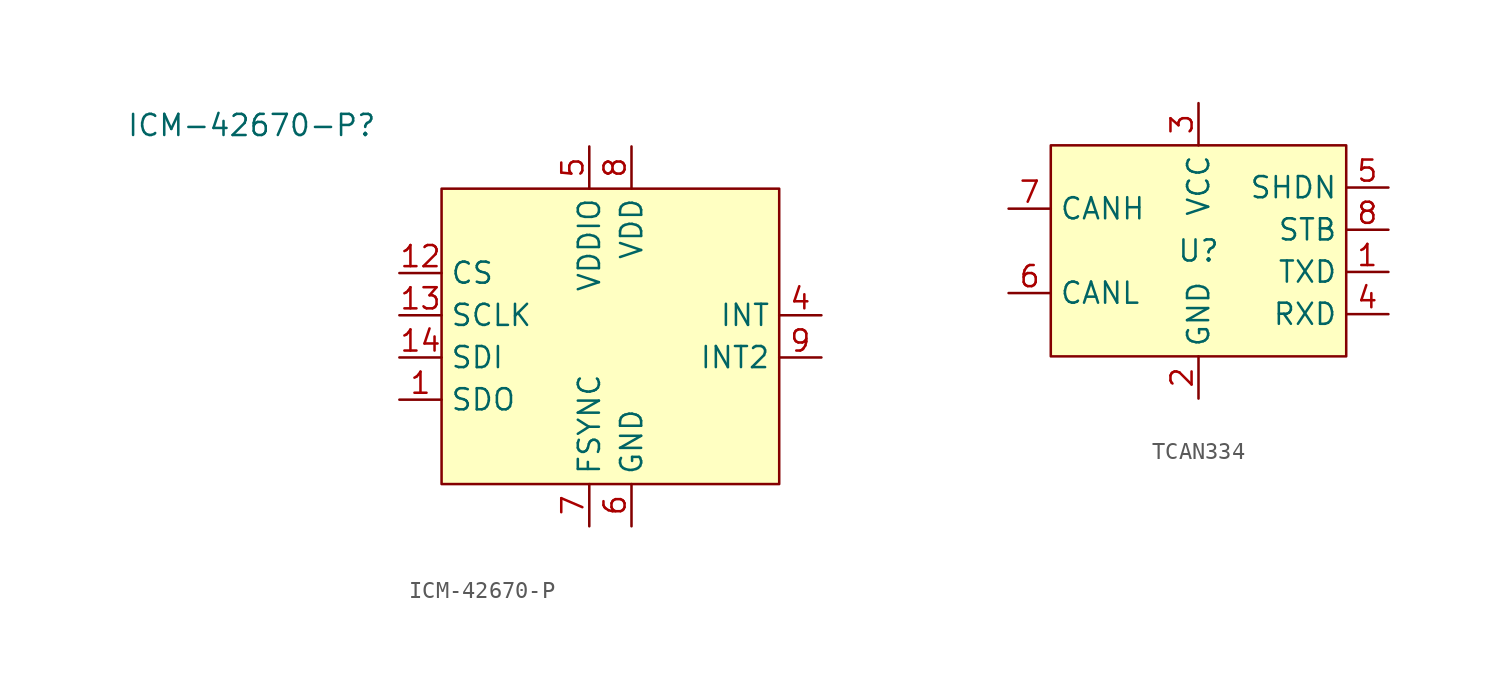
<source format=kicad_sym>
(kicad_symbol_lib
  (version 20231120)
  (generator "kicad_symbol_editor")
  (generator_version "8.0")
  (symbol "ICM-42670-P"
    (property "Reference" "ICM-42670-P"
      (at -21.59 12.7 0)
      (effects (font (size 1.27 1.27))))
    (property "Value" ""
      (at 0 0 0)
      (effects (font (size 1.27 1.27))))
    (symbol "ICM-42670-P_1_1"
      (rectangle (start -10.16 8.89) (end 10.16 -8.89) (stroke (width 0) (type default)) (fill (type background)))
      (pin input line (at -12.7 -3.81 0) (length 2.54) (name "SDO" (effects (font (size 1.27 1.27)))) (number "1" (effects (font (size 1.27 1.27)))))
      (pin no_connect line (at 5.08 11.43 270) (length 2.54) hide (name "NC" (effects (font (size 1.27 1.27)))) (number "10" (effects (font (size 1.27 1.27)))))
      (pin no_connect line (at 7.62 11.43 270) (length 2.54) hide (name "NC" (effects (font (size 1.27 1.27)))) (number "11" (effects (font (size 1.27 1.27)))))
      (pin input line (at -12.7 3.81 0) (length 2.54) (name "CS" (effects (font (size 1.27 1.27)))) (number "12" (effects (font (size 1.27 1.27)))))
      (pin input line (at -12.7 1.27 0) (length 2.54) (name "SCLK" (effects (font (size 1.27 1.27)))) (number "13" (effects (font (size 1.27 1.27)))))
      (pin input line (at -12.7 -1.27 0) (length 2.54) (name "SDI" (effects (font (size 1.27 1.27)))) (number "14" (effects (font (size 1.27 1.27)))))
      (pin no_connect line (at -7.62 11.43 270) (length 2.54) hide (name "NC" (effects (font (size 1.27 1.27)))) (number "2" (effects (font (size 1.27 1.27)))))
      (pin no_connect line (at -5.08 11.43 270) (length 2.54) hide (name "NC" (effects (font (size 1.27 1.27)))) (number "3" (effects (font (size 1.27 1.27)))))
      (pin output line (at 12.7 1.27 180) (length 2.54) (name "INT" (effects (font (size 1.27 1.27)))) (number "4" (effects (font (size 1.27 1.27)))))
      (pin input line (at -1.27 11.43 270) (length 2.54) (name "VDDIO" (effects (font (size 1.27 1.27)))) (number "5" (effects (font (size 1.27 1.27)))))
      (pin input line (at 1.27 -11.43 90) (length 2.54) (name "GND" (effects (font (size 1.27 1.27)))) (number "6" (effects (font (size 1.27 1.27)))))
      (pin input line (at -1.27 -11.43 90) (length 2.54) (name "FSYNC" (effects (font (size 1.27 1.27)))) (number "7" (effects (font (size 1.27 1.27)))))
      (pin input line (at 1.27 11.43 270) (length 2.54) (name "VDD" (effects (font (size 1.27 1.27)))) (number "8" (effects (font (size 1.27 1.27)))))
      (pin output line (at 12.7 -1.27 180) (length 2.54) (name "INT2" (effects (font (size 1.27 1.27)))) (number "9" (effects (font (size 1.27 1.27)))))))
  (symbol "TCAN334"
    (property "Reference" "U"
      (at 0 0 0)
      (effects (font (size 1.27 1.27))))
    (property "Value" ""
      (at 0 0 0)
      (effects (font (size 1.27 1.27))))
    (symbol "TCAN334_1_1"
      (rectangle (start -8.89 6.35) (end 8.89 -6.35) (stroke (width 0) (type default)) (fill (type background)))
      (pin input line (at 11.43 -1.27 180) (length 2.54) (name "TXD" (effects (font (size 1.27 1.27)))) (number "1" (effects (font (size 1.27 1.27)))))
      (pin passive line (at 0 -8.89 90) (length 2.54) (name "GND" (effects (font (size 1.27 1.27)))) (number "2" (effects (font (size 1.27 1.27)))))
      (pin power_in line (at 0 8.89 270) (length 2.54) (name "VCC" (effects (font (size 1.27 1.27)))) (number "3" (effects (font (size 1.27 1.27)))))
      (pin output line (at 11.43 -3.81 180) (length 2.54) (name "RXD" (effects (font (size 1.27 1.27)))) (number "4" (effects (font (size 1.27 1.27)))))
      (pin input line (at 11.43 3.81 180) (length 2.54) (name "SHDN" (effects (font (size 1.27 1.27)))) (number "5" (effects (font (size 1.27 1.27)))))
      (pin output line (at -11.43 -2.54 0) (length 2.54) (name "CANL" (effects (font (size 1.27 1.27)))) (number "6" (effects (font (size 1.27 1.27)))))
      (pin output line (at -11.43 2.54 0) (length 2.54) (name "CANH" (effects (font (size 1.27 1.27)))) (number "7" (effects (font (size 1.27 1.27)))))
      (pin input line (at 11.43 1.27 180) (length 2.54) (name "STB" (effects (font (size 1.27 1.27)))) (number "8" (effects (font (size 1.27 1.27))))))))
</source>
